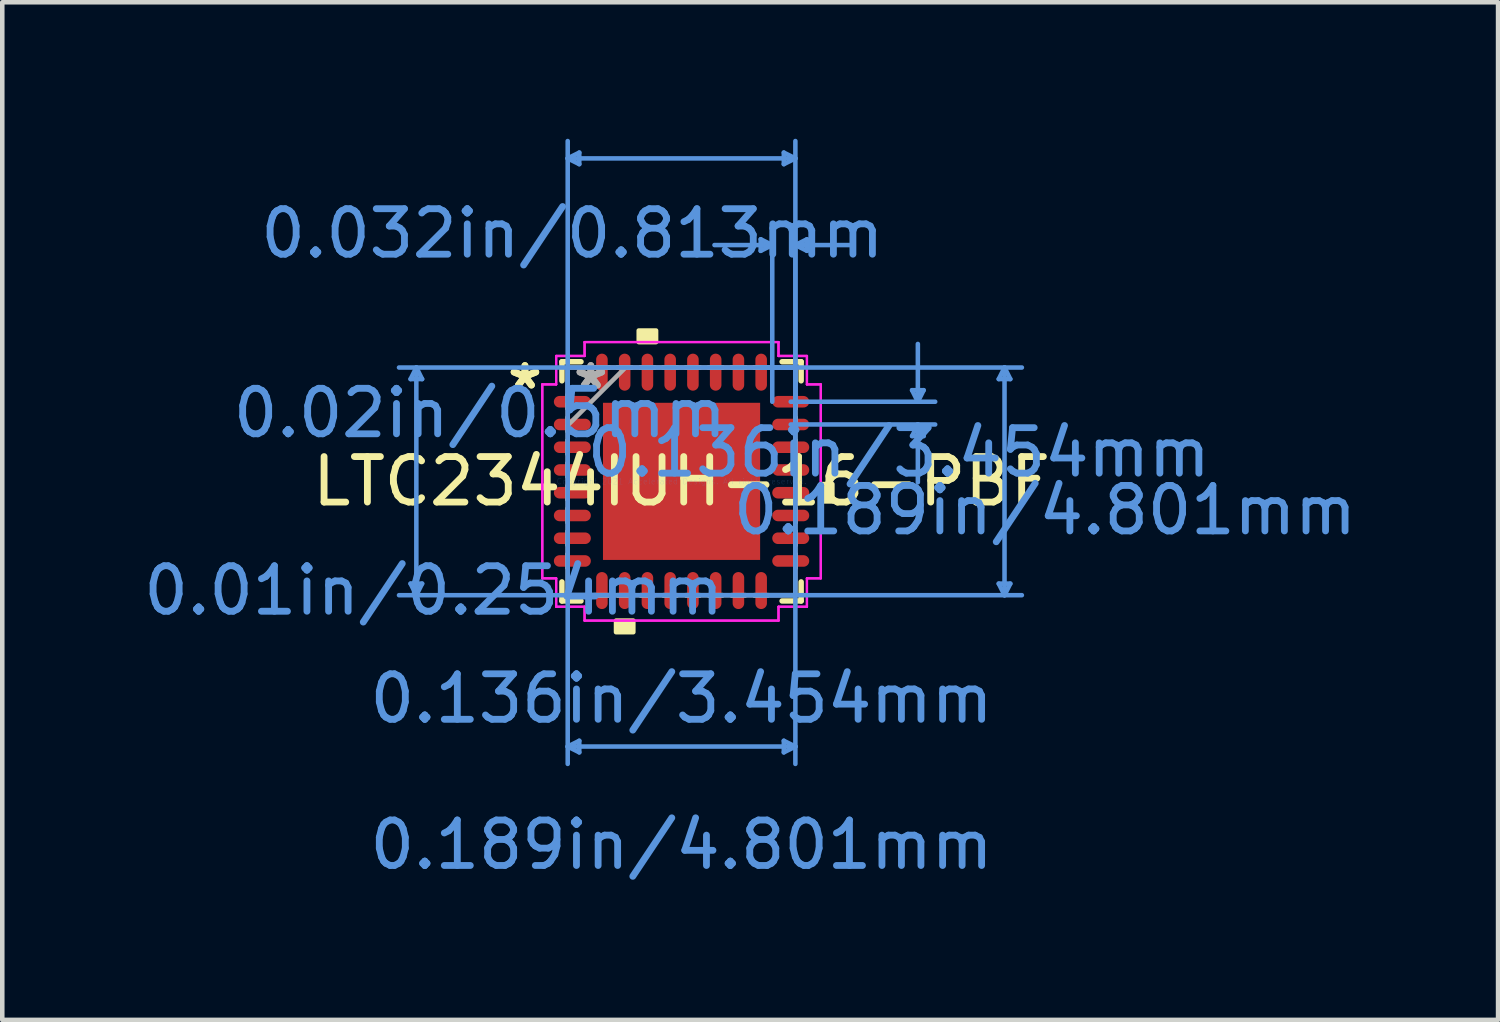
<source format=kicad_pcb>
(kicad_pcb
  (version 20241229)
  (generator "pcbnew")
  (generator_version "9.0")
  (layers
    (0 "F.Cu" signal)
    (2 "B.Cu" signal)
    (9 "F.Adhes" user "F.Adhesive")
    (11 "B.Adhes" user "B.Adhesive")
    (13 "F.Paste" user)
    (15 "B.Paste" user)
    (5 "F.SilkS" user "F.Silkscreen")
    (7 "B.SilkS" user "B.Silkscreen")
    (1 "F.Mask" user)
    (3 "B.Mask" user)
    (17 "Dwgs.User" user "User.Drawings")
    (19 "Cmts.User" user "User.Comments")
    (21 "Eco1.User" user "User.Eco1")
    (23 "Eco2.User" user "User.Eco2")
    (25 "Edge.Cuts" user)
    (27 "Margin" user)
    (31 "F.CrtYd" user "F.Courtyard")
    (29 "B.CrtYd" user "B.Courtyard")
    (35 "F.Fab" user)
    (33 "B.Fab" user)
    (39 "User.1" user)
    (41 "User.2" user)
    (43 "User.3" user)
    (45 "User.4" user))
  (footprint "LTC2344IUH-16-PBF"
    (layer "F.Cu")
    (at 11.93 7.53)
    (property "Reference" "LTC2344IUH-16-PBF" (at 0 0 0) (layer "F.SilkS") (effects (font (size 1 1) (thickness 0.15))))
    (attr through_hole)
    (fp_line (start -2.629 -2.629) (end -2.629 -2.21) (stroke (width 0.12) (type solid)) (layer "F.SilkS"))
    (fp_line (start -2.629 2.21) (end -2.629 2.629) (stroke (width 0.12) (type solid)) (layer "F.SilkS"))
    (fp_line (start -2.629 2.629) (end -2.21 2.629) (stroke (width 0.12) (type solid)) (layer "F.SilkS"))
    (fp_line (start -2.21 -2.629) (end -2.629 -2.629) (stroke (width 0.12) (type solid)) (layer "F.SilkS"))
    (fp_line (start 2.21 2.629) (end 2.629 2.629) (stroke (width 0.12) (type solid)) (layer "F.SilkS"))
    (fp_line (start 2.629 -2.629) (end 2.21 -2.629) (stroke (width 0.12) (type solid)) (layer "F.SilkS"))
    (fp_line (start 2.629 -2.21) (end 2.629 -2.629) (stroke (width 0.12) (type solid)) (layer "F.SilkS"))
    (fp_line (start 2.629 2.629) (end 2.629 2.21) (stroke (width 0.12) (type solid)) (layer "F.SilkS"))
    (fp_poly (pts (xy -1.44 3.061) (xy -1.44 3.315) (xy -1.06 3.315) (xy -1.06 3.061)) (stroke (width 0.1) (type solid)) (fill yes) (layer "F.SilkS"))
    (fp_poly (pts (xy -0.941 -3.061) (xy -0.941 -3.315) (xy -0.56 -3.315) (xy -0.56 -3.061)) (stroke (width 0.1) (type solid)) (fill yes) (layer "F.SilkS"))
    (fp_poly (pts (xy 3.315 0.059) (xy 3.315 0.441) (xy 3.061 0.441) (xy 3.061 0.059)) (stroke (width 0.1) (type solid)) (fill yes) (layer "F.SilkS"))
    (fp_poly (pts (xy -1.627 -1.627) (xy -1.627 -0.1) (xy -0.1 -0.1) (xy -0.1 -1.627)) (stroke (width 0.1) (type solid)) (fill yes) (layer "F.Paste"))
    (fp_poly (pts (xy -1.627 0.1) (xy -1.627 1.627) (xy -0.1 1.627) (xy -0.1 0.1)) (stroke (width 0.1) (type solid)) (fill yes) (layer "F.Paste"))
    (fp_poly (pts (xy 0.1 -1.627) (xy 0.1 -0.1) (xy 1.627 -0.1) (xy 1.627 -1.627)) (stroke (width 0.1) (type solid)) (fill yes) (layer "F.Paste"))
    (fp_poly (pts (xy 0.1 0.1) (xy 0.1 1.627) (xy 1.627 1.627) (xy 1.627 0.1)) (stroke (width 0.1) (type solid)) (fill yes) (layer "F.Paste"))
    (fp_line (start -5.956 -2.248) (end -5.702 -2.248) (stroke (width 0.1) (type solid)) (layer "Cmts.User"))
    (fp_line (start -5.956 2.248) (end -5.702 2.248) (stroke (width 0.1) (type solid)) (layer "Cmts.User"))
    (fp_line (start -5.829 -2.502) (end -5.956 -2.248) (stroke (width 0.1) (type solid)) (layer "Cmts.User"))
    (fp_line (start -5.829 -2.502) (end -5.829 2.502) (stroke (width 0.1) (type solid)) (layer "Cmts.User"))
    (fp_line (start -5.829 -2.502) (end -5.702 -2.248) (stroke (width 0.1) (type solid)) (layer "Cmts.User"))
    (fp_line (start -5.829 2.502) (end -5.956 2.248) (stroke (width 0.1) (type solid)) (layer "Cmts.User"))
    (fp_line (start -5.829 2.502) (end -5.702 2.248) (stroke (width 0.1) (type solid)) (layer "Cmts.User"))
    (fp_line (start -2.502 -7.099) (end -2.248 -7.226) (stroke (width 0.1) (type solid)) (layer "Cmts.User"))
    (fp_line (start -2.502 -7.099) (end -2.248 -6.972) (stroke (width 0.1) (type solid)) (layer "Cmts.User"))
    (fp_line (start -2.502 -7.099) (end 2.502 -7.099) (stroke (width 0.1) (type solid)) (layer "Cmts.User"))
    (fp_line (start -2.502 -2.502) (end -2.502 6.21) (stroke (width 0.1) (type solid)) (layer "Cmts.User"))
    (fp_line (start -2.502 -1.75) (end -2.502 -7.48) (stroke (width 0.1) (type solid)) (layer "Cmts.User"))
    (fp_line (start -2.502 5.829) (end -2.248 5.702) (stroke (width 0.1) (type solid)) (layer "Cmts.User"))
    (fp_line (start -2.502 5.829) (end -2.248 5.956) (stroke (width 0.1) (type solid)) (layer "Cmts.User"))
    (fp_line (start -2.502 5.829) (end 2.502 5.829) (stroke (width 0.1) (type solid)) (layer "Cmts.User"))
    (fp_line (start -2.248 -7.226) (end -2.248 -6.972) (stroke (width 0.1) (type solid)) (layer "Cmts.User"))
    (fp_line (start -2.248 5.702) (end -2.248 5.956) (stroke (width 0.1) (type solid)) (layer "Cmts.User"))
    (fp_line (start 1.74 -5.321) (end 1.74 -5.067) (stroke (width 0.1) (type solid)) (layer "Cmts.User"))
    (fp_line (start 1.75 -2.502) (end 7.48 -2.502) (stroke (width 0.1) (type solid)) (layer "Cmts.User"))
    (fp_line (start 1.75 2.502) (end 7.48 2.502) (stroke (width 0.1) (type solid)) (layer "Cmts.User"))
    (fp_line (start 1.994 -5.194) (end 0.724 -5.194) (stroke (width 0.1) (type solid)) (layer "Cmts.User"))
    (fp_line (start 1.994 -5.194) (end 1.74 -5.321) (stroke (width 0.1) (type solid)) (layer "Cmts.User"))
    (fp_line (start 1.994 -5.194) (end 1.74 -5.067) (stroke (width 0.1) (type solid)) (layer "Cmts.User"))
    (fp_line (start 1.994 -1.75) (end 1.994 -5.575) (stroke (width 0.1) (type solid)) (layer "Cmts.User"))
    (fp_line (start 2.248 -7.226) (end 2.248 -6.972) (stroke (width 0.1) (type solid)) (layer "Cmts.User"))
    (fp_line (start 2.248 5.702) (end 2.248 5.956) (stroke (width 0.1) (type solid)) (layer "Cmts.User"))
    (fp_line (start 2.4 -1.75) (end 5.575 -1.75) (stroke (width 0.1) (type solid)) (layer "Cmts.User"))
    (fp_line (start 2.4 -1.25) (end 5.575 -1.25) (stroke (width 0.1) (type solid)) (layer "Cmts.User"))
    (fp_line (start 2.502 -7.099) (end 2.248 -7.226) (stroke (width 0.1) (type solid)) (layer "Cmts.User"))
    (fp_line (start 2.502 -7.099) (end 2.248 -6.972) (stroke (width 0.1) (type solid)) (layer "Cmts.User"))
    (fp_line (start 2.502 -5.194) (end 2.756 -5.321) (stroke (width 0.1) (type solid)) (layer "Cmts.User"))
    (fp_line (start 2.502 -5.194) (end 2.756 -5.067) (stroke (width 0.1) (type solid)) (layer "Cmts.User"))
    (fp_line (start 2.502 -5.194) (end 3.772 -5.194) (stroke (width 0.1) (type solid)) (layer "Cmts.User"))
    (fp_line (start 2.502 -2.502) (end -6.21 -2.502) (stroke (width 0.1) (type solid)) (layer "Cmts.User"))
    (fp_line (start 2.502 -2.502) (end 2.502 6.21) (stroke (width 0.1) (type solid)) (layer "Cmts.User"))
    (fp_line (start 2.502 -1.75) (end 2.502 -7.48) (stroke (width 0.1) (type solid)) (layer "Cmts.User"))
    (fp_line (start 2.502 -1.75) (end 2.502 -5.575) (stroke (width 0.1) (type solid)) (layer "Cmts.User"))
    (fp_line (start 2.502 2.502) (end -6.21 2.502) (stroke (width 0.1) (type solid)) (layer "Cmts.User"))
    (fp_line (start 2.502 5.829) (end 2.248 5.702) (stroke (width 0.1) (type solid)) (layer "Cmts.User"))
    (fp_line (start 2.502 5.829) (end 2.248 5.956) (stroke (width 0.1) (type solid)) (layer "Cmts.User"))
    (fp_line (start 2.756 -5.321) (end 2.756 -5.067) (stroke (width 0.1) (type solid)) (layer "Cmts.User"))
    (fp_line (start 5.067 -2.004) (end 5.321 -2.004) (stroke (width 0.1) (type solid)) (layer "Cmts.User"))
    (fp_line (start 5.067 -0.996) (end 5.321 -0.996) (stroke (width 0.1) (type solid)) (layer "Cmts.User"))
    (fp_line (start 5.194 -1.75) (end 5.067 -2.004) (stroke (width 0.1) (type solid)) (layer "Cmts.User"))
    (fp_line (start 5.194 -1.75) (end 5.194 -3.02) (stroke (width 0.1) (type solid)) (layer "Cmts.User"))
    (fp_line (start 5.194 -1.75) (end 5.321 -2.004) (stroke (width 0.1) (type solid)) (layer "Cmts.User"))
    (fp_line (start 5.194 -1.25) (end 5.067 -0.996) (stroke (width 0.1) (type solid)) (layer "Cmts.User"))
    (fp_line (start 5.194 -1.25) (end 5.194 0.02) (stroke (width 0.1) (type solid)) (layer "Cmts.User"))
    (fp_line (start 5.194 -1.25) (end 5.321 -0.996) (stroke (width 0.1) (type solid)) (layer "Cmts.User"))
    (fp_line (start 6.972 -2.248) (end 7.226 -2.248) (stroke (width 0.1) (type solid)) (layer "Cmts.User"))
    (fp_line (start 6.972 2.248) (end 7.226 2.248) (stroke (width 0.1) (type solid)) (layer "Cmts.User"))
    (fp_line (start 7.099 -2.502) (end 6.972 -2.248) (stroke (width 0.1) (type solid)) (layer "Cmts.User"))
    (fp_line (start 7.099 -2.502) (end 7.099 2.502) (stroke (width 0.1) (type solid)) (layer "Cmts.User"))
    (fp_line (start 7.099 -2.502) (end 7.226 -2.248) (stroke (width 0.1) (type solid)) (layer "Cmts.User"))
    (fp_line (start 7.099 2.502) (end 6.972 2.248) (stroke (width 0.1) (type solid)) (layer "Cmts.User"))
    (fp_line (start 7.099 2.502) (end 7.226 2.248) (stroke (width 0.1) (type solid)) (layer "Cmts.User"))
    (fp_line (start -3.061 -2.131) (end -2.756 -2.131) (stroke (width 0.05) (type solid)) (layer "F.CrtYd"))
    (fp_line (start -3.061 -2.131) (end -2.756 -2.131) (stroke (width 0.05) (type solid)) (layer "F.CrtYd"))
    (fp_line (start -3.061 2.131) (end -3.061 -2.131) (stroke (width 0.05) (type solid)) (layer "F.CrtYd"))
    (fp_line (start -3.061 2.131) (end -3.061 -2.131) (stroke (width 0.05) (type solid)) (layer "F.CrtYd"))
    (fp_line (start -2.756 -2.756) (end -2.131 -2.756) (stroke (width 0.05) (type solid)) (layer "F.CrtYd"))
    (fp_line (start -2.756 -2.756) (end -2.131 -2.756) (stroke (width 0.05) (type solid)) (layer "F.CrtYd"))
    (fp_line (start -2.756 -2.131) (end -2.756 -2.756) (stroke (width 0.05) (type solid)) (layer "F.CrtYd"))
    (fp_line (start -2.756 -2.131) (end -2.756 -2.756) (stroke (width 0.05) (type solid)) (layer "F.CrtYd"))
    (fp_line (start -2.756 2.131) (end -3.061 2.131) (stroke (width 0.05) (type solid)) (layer "F.CrtYd"))
    (fp_line (start -2.756 2.131) (end -3.061 2.131) (stroke (width 0.05) (type solid)) (layer "F.CrtYd"))
    (fp_line (start -2.756 2.756) (end -2.756 2.131) (stroke (width 0.05) (type solid)) (layer "F.CrtYd"))
    (fp_line (start -2.756 2.756) (end -2.756 2.131) (stroke (width 0.05) (type solid)) (layer "F.CrtYd"))
    (fp_line (start -2.131 -3.061) (end 2.131 -3.061) (stroke (width 0.05) (type solid)) (layer "F.CrtYd"))
    (fp_line (start -2.131 -3.061) (end 2.131 -3.061) (stroke (width 0.05) (type solid)) (layer "F.CrtYd"))
    (fp_line (start -2.131 -2.756) (end -2.131 -3.061) (stroke (width 0.05) (type solid)) (layer "F.CrtYd"))
    (fp_line (start -2.131 -2.756) (end -2.131 -3.061) (stroke (width 0.05) (type solid)) (layer "F.CrtYd"))
    (fp_line (start -2.131 2.756) (end -2.756 2.756) (stroke (width 0.05) (type solid)) (layer "F.CrtYd"))
    (fp_line (start -2.131 2.756) (end -2.756 2.756) (stroke (width 0.05) (type solid)) (layer "F.CrtYd"))
    (fp_line (start -2.131 3.061) (end -2.131 2.756) (stroke (width 0.05) (type solid)) (layer "F.CrtYd"))
    (fp_line (start -2.131 3.061) (end -2.131 2.756) (stroke (width 0.05) (type solid)) (layer "F.CrtYd"))
    (fp_line (start 2.131 -3.061) (end 2.131 -2.756) (stroke (width 0.05) (type solid)) (layer "F.CrtYd"))
    (fp_line (start 2.131 -3.061) (end 2.131 -2.756) (stroke (width 0.05) (type solid)) (layer "F.CrtYd"))
    (fp_line (start 2.131 -2.756) (end 2.756 -2.756) (stroke (width 0.05) (type solid)) (layer "F.CrtYd"))
    (fp_line (start 2.131 -2.756) (end 2.756 -2.756) (stroke (width 0.05) (type solid)) (layer "F.CrtYd"))
    (fp_line (start 2.131 2.756) (end 2.131 3.061) (stroke (width 0.05) (type solid)) (layer "F.CrtYd"))
    (fp_line (start 2.131 2.756) (end 2.131 3.061) (stroke (width 0.05) (type solid)) (layer "F.CrtYd"))
    (fp_line (start 2.131 3.061) (end -2.131 3.061) (stroke (width 0.05) (type solid)) (layer "F.CrtYd"))
    (fp_line (start 2.131 3.061) (end -2.131 3.061) (stroke (width 0.05) (type solid)) (layer "F.CrtYd"))
    (fp_line (start 2.756 -2.756) (end 2.756 -2.131) (stroke (width 0.05) (type solid)) (layer "F.CrtYd"))
    (fp_line (start 2.756 -2.756) (end 2.756 -2.131) (stroke (width 0.05) (type solid)) (layer "F.CrtYd"))
    (fp_line (start 2.756 -2.131) (end 3.061 -2.131) (stroke (width 0.05) (type solid)) (layer "F.CrtYd"))
    (fp_line (start 2.756 -2.131) (end 3.061 -2.131) (stroke (width 0.05) (type solid)) (layer "F.CrtYd"))
    (fp_line (start 2.756 2.131) (end 2.756 2.756) (stroke (width 0.05) (type solid)) (layer "F.CrtYd"))
    (fp_line (start 2.756 2.131) (end 2.756 2.756) (stroke (width 0.05) (type solid)) (layer "F.CrtYd"))
    (fp_line (start 2.756 2.756) (end 2.131 2.756) (stroke (width 0.05) (type solid)) (layer "F.CrtYd"))
    (fp_line (start 2.756 2.756) (end 2.131 2.756) (stroke (width 0.05) (type solid)) (layer "F.CrtYd"))
    (fp_line (start 3.061 -2.131) (end 3.061 2.131) (stroke (width 0.05) (type solid)) (layer "F.CrtYd"))
    (fp_line (start 3.061 -2.131) (end 3.061 2.131) (stroke (width 0.05) (type solid)) (layer "F.CrtYd"))
    (fp_line (start 3.061 2.131) (end 2.756 2.131) (stroke (width 0.05) (type solid)) (layer "F.CrtYd"))
    (fp_line (start 3.061 2.131) (end 2.756 2.131) (stroke (width 0.05) (type solid)) (layer "F.CrtYd"))
    (fp_line (start -2.502 -2.502) (end -2.502 -2.502) (stroke (width 0.1) (type solid)) (layer "F.Fab"))
    (fp_line (start -2.502 -2.502) (end -2.502 2.502) (stroke (width 0.1) (type solid)) (layer "F.Fab"))
    (fp_line (start -2.502 -1.902) (end -2.502 -1.902) (stroke (width 0.1) (type solid)) (layer "F.Fab"))
    (fp_line (start -2.502 -1.902) (end -2.502 -1.598) (stroke (width 0.1) (type solid)) (layer "F.Fab"))
    (fp_line (start -2.502 -1.598) (end -2.502 -1.902) (stroke (width 0.1) (type solid)) (layer "F.Fab"))
    (fp_line (start -2.502 -1.598) (end -2.502 -1.598) (stroke (width 0.1) (type solid)) (layer "F.Fab"))
    (fp_line (start -2.502 -1.402) (end -2.502 -1.402) (stroke (width 0.1) (type solid)) (layer "F.Fab"))
    (fp_line (start -2.502 -1.402) (end -2.502 -1.098) (stroke (width 0.1) (type solid)) (layer "F.Fab"))
    (fp_line (start -2.502 -1.232) (end -1.232 -2.502) (stroke (width 0.1) (type solid)) (layer "F.Fab"))
    (fp_line (start -2.502 -1.098) (end -2.502 -1.402) (stroke (width 0.1) (type solid)) (layer "F.Fab"))
    (fp_line (start -2.502 -1.098) (end -2.502 -1.098) (stroke (width 0.1) (type solid)) (layer "F.Fab"))
    (fp_line (start -2.502 -0.902) (end -2.502 -0.902) (stroke (width 0.1) (type solid)) (layer "F.Fab"))
    (fp_line (start -2.502 -0.902) (end -2.502 -0.598) (stroke (width 0.1) (type solid)) (layer "F.Fab"))
    (fp_line (start -2.502 -0.598) (end -2.502 -0.902) (stroke (width 0.1) (type solid)) (layer "F.Fab"))
    (fp_line (start -2.502 -0.598) (end -2.502 -0.598) (stroke (width 0.1) (type solid)) (layer "F.Fab"))
    (fp_line (start -2.502 -0.402) (end -2.502 -0.402) (stroke (width 0.1) (type solid)) (layer "F.Fab"))
    (fp_line (start -2.502 -0.402) (end -2.502 -0.098) (stroke (width 0.1) (type solid)) (layer "F.Fab"))
    (fp_line (start -2.502 -0.098) (end -2.502 -0.402) (stroke (width 0.1) (type solid)) (layer "F.Fab"))
    (fp_line (start -2.502 -0.098) (end -2.502 -0.098) (stroke (width 0.1) (type solid)) (layer "F.Fab"))
    (fp_line (start -2.502 0.098) (end -2.502 0.098) (stroke (width 0.1) (type solid)) (layer "F.Fab"))
    (fp_line (start -2.502 0.098) (end -2.502 0.402) (stroke (width 0.1) (type solid)) (layer "F.Fab"))
    (fp_line (start -2.502 0.402) (end -2.502 0.098) (stroke (width 0.1) (type solid)) (layer "F.Fab"))
    (fp_line (start -2.502 0.402) (end -2.502 0.402) (stroke (width 0.1) (type solid)) (layer "F.Fab"))
    (fp_line (start -2.502 0.598) (end -2.502 0.598) (stroke (width 0.1) (type solid)) (layer "F.Fab"))
    (fp_line (start -2.502 0.598) (end -2.502 0.902) (stroke (width 0.1) (type solid)) (layer "F.Fab"))
    (fp_line (start -2.502 0.902) (end -2.502 0.598) (stroke (width 0.1) (type solid)) (layer "F.Fab"))
    (fp_line (start -2.502 0.902) (end -2.502 0.902) (stroke (width 0.1) (type solid)) (layer "F.Fab"))
    (fp_line (start -2.502 1.098) (end -2.502 1.098) (stroke (width 0.1) (type solid)) (layer "F.Fab"))
    (fp_line (start -2.502 1.098) (end -2.502 1.402) (stroke (width 0.1) (type solid)) (layer "F.Fab"))
    (fp_line (start -2.502 1.402) (end -2.502 1.098) (stroke (width 0.1) (type solid)) (layer "F.Fab"))
    (fp_line (start -2.502 1.402) (end -2.502 1.402) (stroke (width 0.1) (type solid)) (layer "F.Fab"))
    (fp_line (start -2.502 1.598) (end -2.502 1.598) (stroke (width 0.1) (type solid)) (layer "F.Fab"))
    (fp_line (start -2.502 1.598) (end -2.502 1.902) (stroke (width 0.1) (type solid)) (layer "F.Fab"))
    (fp_line (start -2.502 1.902) (end -2.502 1.598) (stroke (width 0.1) (type solid)) (layer "F.Fab"))
    (fp_line (start -2.502 1.902) (end -2.502 1.902) (stroke (width 0.1) (type solid)) (layer "F.Fab"))
    (fp_line (start -2.502 2.502) (end -2.502 2.502) (stroke (width 0.1) (type solid)) (layer "F.Fab"))
    (fp_line (start -2.502 2.502) (end 2.502 2.502) (stroke (width 0.1) (type solid)) (layer "F.Fab"))
    (fp_line (start -1.902 -2.502) (end -1.902 -2.502) (stroke (width 0.1) (type solid)) (layer "F.Fab"))
    (fp_line (start -1.902 -2.502) (end -1.598 -2.502) (stroke (width 0.1) (type solid)) (layer "F.Fab"))
    (fp_line (start -1.902 2.502) (end -1.902 2.502) (stroke (width 0.1) (type solid)) (layer "F.Fab"))
    (fp_line (start -1.902 2.502) (end -1.598 2.502) (stroke (width 0.1) (type solid)) (layer "F.Fab"))
    (fp_line (start -1.598 -2.502) (end -1.902 -2.502) (stroke (width 0.1) (type solid)) (layer "F.Fab"))
    (fp_line (start -1.598 -2.502) (end -1.598 -2.502) (stroke (width 0.1) (type solid)) (layer "F.Fab"))
    (fp_line (start -1.598 2.502) (end -1.902 2.502) (stroke (width 0.1) (type solid)) (layer "F.Fab"))
    (fp_line (start -1.598 2.502) (end -1.598 2.502) (stroke (width 0.1) (type solid)) (layer "F.Fab"))
    (fp_line (start -1.402 -2.502) (end -1.402 -2.502) (stroke (width 0.1) (type solid)) (layer "F.Fab"))
    (fp_line (start -1.402 -2.502) (end -1.098 -2.502) (stroke (width 0.1) (type solid)) (layer "F.Fab"))
    (fp_line (start -1.402 2.502) (end -1.402 2.502) (stroke (width 0.1) (type solid)) (layer "F.Fab"))
    (fp_line (start -1.402 2.502) (end -1.098 2.502) (stroke (width 0.1) (type solid)) (layer "F.Fab"))
    (fp_line (start -1.098 -2.502) (end -1.402 -2.502) (stroke (width 0.1) (type solid)) (layer "F.Fab"))
    (fp_line (start -1.098 -2.502) (end -1.098 -2.502) (stroke (width 0.1) (type solid)) (layer "F.Fab"))
    (fp_line (start -1.098 2.502) (end -1.402 2.502) (stroke (width 0.1) (type solid)) (layer "F.Fab"))
    (fp_line (start -1.098 2.502) (end -1.098 2.502) (stroke (width 0.1) (type solid)) (layer "F.Fab"))
    (fp_line (start -0.902 -2.502) (end -0.902 -2.502) (stroke (width 0.1) (type solid)) (layer "F.Fab"))
    (fp_line (start -0.902 -2.502) (end -0.598 -2.502) (stroke (width 0.1) (type solid)) (layer "F.Fab"))
    (fp_line (start -0.902 2.502) (end -0.902 2.502) (stroke (width 0.1) (type solid)) (layer "F.Fab"))
    (fp_line (start -0.902 2.502) (end -0.598 2.502) (stroke (width 0.1) (type solid)) (layer "F.Fab"))
    (fp_line (start -0.598 -2.502) (end -0.902 -2.502) (stroke (width 0.1) (type solid)) (layer "F.Fab"))
    (fp_line (start -0.598 -2.502) (end -0.598 -2.502) (stroke (width 0.1) (type solid)) (layer "F.Fab"))
    (fp_line (start -0.598 2.502) (end -0.902 2.502) (stroke (width 0.1) (type solid)) (layer "F.Fab"))
    (fp_line (start -0.598 2.502) (end -0.598 2.502) (stroke (width 0.1) (type solid)) (layer "F.Fab"))
    (fp_line (start -0.402 -2.502) (end -0.402 -2.502) (stroke (width 0.1) (type solid)) (layer "F.Fab"))
    (fp_line (start -0.402 -2.502) (end -0.098 -2.502) (stroke (width 0.1) (type solid)) (layer "F.Fab"))
    (fp_line (start -0.402 2.502) (end -0.402 2.502) (stroke (width 0.1) (type solid)) (layer "F.Fab"))
    (fp_line (start -0.402 2.502) (end -0.098 2.502) (stroke (width 0.1) (type solid)) (layer "F.Fab"))
    (fp_line (start -0.098 -2.502) (end -0.402 -2.502) (stroke (width 0.1) (type solid)) (layer "F.Fab"))
    (fp_line (start -0.098 -2.502) (end -0.098 -2.502) (stroke (width 0.1) (type solid)) (layer "F.Fab"))
    (fp_line (start -0.098 2.502) (end -0.402 2.502) (stroke (width 0.1) (type solid)) (layer "F.Fab"))
    (fp_line (start -0.098 2.502) (end -0.098 2.502) (stroke (width 0.1) (type solid)) (layer "F.Fab"))
    (fp_line (start 0.098 -2.502) (end 0.098 -2.502) (stroke (width 0.1) (type solid)) (layer "F.Fab"))
    (fp_line (start 0.098 -2.502) (end 0.402 -2.502) (stroke (width 0.1) (type solid)) (layer "F.Fab"))
    (fp_line (start 0.098 2.502) (end 0.098 2.502) (stroke (width 0.1) (type solid)) (layer "F.Fab"))
    (fp_line (start 0.098 2.502) (end 0.402 2.502) (stroke (width 0.1) (type solid)) (layer "F.Fab"))
    (fp_line (start 0.402 -2.502) (end 0.098 -2.502) (stroke (width 0.1) (type solid)) (layer "F.Fab"))
    (fp_line (start 0.402 -2.502) (end 0.402 -2.502) (stroke (width 0.1) (type solid)) (layer "F.Fab"))
    (fp_line (start 0.402 2.502) (end 0.098 2.502) (stroke (width 0.1) (type solid)) (layer "F.Fab"))
    (fp_line (start 0.402 2.502) (end 0.402 2.502) (stroke (width 0.1) (type solid)) (layer "F.Fab"))
    (fp_line (start 0.598 -2.502) (end 0.598 -2.502) (stroke (width 0.1) (type solid)) (layer "F.Fab"))
    (fp_line (start 0.598 -2.502) (end 0.902 -2.502) (stroke (width 0.1) (type solid)) (layer "F.Fab"))
    (fp_line (start 0.598 2.502) (end 0.598 2.502) (stroke (width 0.1) (type solid)) (layer "F.Fab"))
    (fp_line (start 0.598 2.502) (end 0.902 2.502) (stroke (width 0.1) (type solid)) (layer "F.Fab"))
    (fp_line (start 0.902 -2.502) (end 0.598 -2.502) (stroke (width 0.1) (type solid)) (layer "F.Fab"))
    (fp_line (start 0.902 -2.502) (end 0.902 -2.502) (stroke (width 0.1) (type solid)) (layer "F.Fab"))
    (fp_line (start 0.902 2.502) (end 0.598 2.502) (stroke (width 0.1) (type solid)) (layer "F.Fab"))
    (fp_line (start 0.902 2.502) (end 0.902 2.502) (stroke (width 0.1) (type solid)) (layer "F.Fab"))
    (fp_line (start 1.098 -2.502) (end 1.098 -2.502) (stroke (width 0.1) (type solid)) (layer "F.Fab"))
    (fp_line (start 1.098 -2.502) (end 1.402 -2.502) (stroke (width 0.1) (type solid)) (layer "F.Fab"))
    (fp_line (start 1.098 2.502) (end 1.098 2.502) (stroke (width 0.1) (type solid)) (layer "F.Fab"))
    (fp_line (start 1.098 2.502) (end 1.402 2.502) (stroke (width 0.1) (type solid)) (layer "F.Fab"))
    (fp_line (start 1.402 -2.502) (end 1.098 -2.502) (stroke (width 0.1) (type solid)) (layer "F.Fab"))
    (fp_line (start 1.402 -2.502) (end 1.402 -2.502) (stroke (width 0.1) (type solid)) (layer "F.Fab"))
    (fp_line (start 1.402 2.502) (end 1.098 2.502) (stroke (width 0.1) (type solid)) (layer "F.Fab"))
    (fp_line (start 1.402 2.502) (end 1.402 2.502) (stroke (width 0.1) (type solid)) (layer "F.Fab"))
    (fp_line (start 1.598 -2.502) (end 1.598 -2.502) (stroke (width 0.1) (type solid)) (layer "F.Fab"))
    (fp_line (start 1.598 -2.502) (end 1.902 -2.502) (stroke (width 0.1) (type solid)) (layer "F.Fab"))
    (fp_line (start 1.598 2.502) (end 1.598 2.502) (stroke (width 0.1) (type solid)) (layer "F.Fab"))
    (fp_line (start 1.598 2.502) (end 1.902 2.502) (stroke (width 0.1) (type solid)) (layer "F.Fab"))
    (fp_line (start 1.902 -2.502) (end 1.598 -2.502) (stroke (width 0.1) (type solid)) (layer "F.Fab"))
    (fp_line (start 1.902 -2.502) (end 1.902 -2.502) (stroke (width 0.1) (type solid)) (layer "F.Fab"))
    (fp_line (start 1.902 2.502) (end 1.598 2.502) (stroke (width 0.1) (type solid)) (layer "F.Fab"))
    (fp_line (start 1.902 2.502) (end 1.902 2.502) (stroke (width 0.1) (type solid)) (layer "F.Fab"))
    (fp_line (start 2.502 -2.502) (end -2.502 -2.502) (stroke (width 0.1) (type solid)) (layer "F.Fab"))
    (fp_line (start 2.502 -2.502) (end 2.502 -2.502) (stroke (width 0.1) (type solid)) (layer "F.Fab"))
    (fp_line (start 2.502 -1.902) (end 2.502 -1.902) (stroke (width 0.1) (type solid)) (layer "F.Fab"))
    (fp_line (start 2.502 -1.902) (end 2.502 -1.598) (stroke (width 0.1) (type solid)) (layer "F.Fab"))
    (fp_line (start 2.502 -1.598) (end 2.502 -1.902) (stroke (width 0.1) (type solid)) (layer "F.Fab"))
    (fp_line (start 2.502 -1.598) (end 2.502 -1.598) (stroke (width 0.1) (type solid)) (layer "F.Fab"))
    (fp_line (start 2.502 -1.402) (end 2.502 -1.402) (stroke (width 0.1) (type solid)) (layer "F.Fab"))
    (fp_line (start 2.502 -1.402) (end 2.502 -1.098) (stroke (width 0.1) (type solid)) (layer "F.Fab"))
    (fp_line (start 2.502 -1.098) (end 2.502 -1.402) (stroke (width 0.1) (type solid)) (layer "F.Fab"))
    (fp_line (start 2.502 -1.098) (end 2.502 -1.098) (stroke (width 0.1) (type solid)) (layer "F.Fab"))
    (fp_line (start 2.502 -0.902) (end 2.502 -0.902) (stroke (width 0.1) (type solid)) (layer "F.Fab"))
    (fp_line (start 2.502 -0.902) (end 2.502 -0.598) (stroke (width 0.1) (type solid)) (layer "F.Fab"))
    (fp_line (start 2.502 -0.598) (end 2.502 -0.902) (stroke (width 0.1) (type solid)) (layer "F.Fab"))
    (fp_line (start 2.502 -0.598) (end 2.502 -0.598) (stroke (width 0.1) (type solid)) (layer "F.Fab"))
    (fp_line (start 2.502 -0.402) (end 2.502 -0.402) (stroke (width 0.1) (type solid)) (layer "F.Fab"))
    (fp_line (start 2.502 -0.402) (end 2.502 -0.098) (stroke (width 0.1) (type solid)) (layer "F.Fab"))
    (fp_line (start 2.502 -0.098) (end 2.502 -0.402) (stroke (width 0.1) (type solid)) (layer "F.Fab"))
    (fp_line (start 2.502 -0.098) (end 2.502 -0.098) (stroke (width 0.1) (type solid)) (layer "F.Fab"))
    (fp_line (start 2.502 0.098) (end 2.502 0.098) (stroke (width 0.1) (type solid)) (layer "F.Fab"))
    (fp_line (start 2.502 0.098) (end 2.502 0.402) (stroke (width 0.1) (type solid)) (layer "F.Fab"))
    (fp_line (start 2.502 0.402) (end 2.502 0.098) (stroke (width 0.1) (type solid)) (layer "F.Fab"))
    (fp_line (start 2.502 0.402) (end 2.502 0.402) (stroke (width 0.1) (type solid)) (layer "F.Fab"))
    (fp_line (start 2.502 0.598) (end 2.502 0.598) (stroke (width 0.1) (type solid)) (layer "F.Fab"))
    (fp_line (start 2.502 0.598) (end 2.502 0.902) (stroke (width 0.1) (type solid)) (layer "F.Fab"))
    (fp_line (start 2.502 0.902) (end 2.502 0.598) (stroke (width 0.1) (type solid)) (layer "F.Fab"))
    (fp_line (start 2.502 0.902) (end 2.502 0.902) (stroke (width 0.1) (type solid)) (layer "F.Fab"))
    (fp_line (start 2.502 1.098) (end 2.502 1.098) (stroke (width 0.1) (type solid)) (layer "F.Fab"))
    (fp_line (start 2.502 1.098) (end 2.502 1.402) (stroke (width 0.1) (type solid)) (layer "F.Fab"))
    (fp_line (start 2.502 1.402) (end 2.502 1.098) (stroke (width 0.1) (type solid)) (layer "F.Fab"))
    (fp_line (start 2.502 1.402) (end 2.502 1.402) (stroke (width 0.1) (type solid)) (layer "F.Fab"))
    (fp_line (start 2.502 1.598) (end 2.502 1.598) (stroke (width 0.1) (type solid)) (layer "F.Fab"))
    (fp_line (start 2.502 1.598) (end 2.502 1.902) (stroke (width 0.1) (type solid)) (layer "F.Fab"))
    (fp_line (start 2.502 1.902) (end 2.502 1.598) (stroke (width 0.1) (type solid)) (layer "F.Fab"))
    (fp_line (start 2.502 1.902) (end 2.502 1.902) (stroke (width 0.1) (type solid)) (layer "F.Fab"))
    (fp_line (start 2.502 2.502) (end 2.502 -2.502) (stroke (width 0.1) (type solid)) (layer "F.Fab"))
    (fp_line (start 2.502 2.502) (end 2.502 2.502) (stroke (width 0.1) (type solid)) (layer "F.Fab"))
    (fp_text user "*" (at -3.442 -2 0) (layer "F.SilkS") (effects (font (size 1 1) (thickness 0.15))))
    (fp_text user "*" (at -3.442 -2 0) (layer "F.SilkS") (effects (font (size 1 1) (thickness 0.15))))
    (fp_text user "Copyright 2021 Accelerated Designs. All rights reserved." (at 0 0 0) (layer "Cmts.User") (effects (font (size 0.127 0.127) (thickness 0.002))))
    (fp_text user "0.189in/4.801mm" (at 7.988 0.635 0) (layer "Cmts.User") (effects (font (size 1 1) (thickness 0.15))))
    (fp_text user "0.02in/0.5mm" (at -4.432 -1.5 0) (layer "Cmts.User") (effects (font (size 1 1) (thickness 0.15))))
    (fp_text user "0.189in/4.801mm" (at 0 7.988 0) (layer "Cmts.User") (effects (font (size 1 1) (thickness 0.15))))
    (fp_text user "0.136in/3.454mm" (at 0 4.775 0) (layer "Cmts.User") (effects (font (size 1 1) (thickness 0.15))))
    (fp_text user "0.01in/0.254mm" (at -5.448 2.4 0) (layer "Cmts.User") (effects (font (size 1 1) (thickness 0.15))))
    (fp_text user "0.032in/0.813mm" (at -2.4 -5.448 0) (layer "Cmts.User") (effects (font (size 1 1) (thickness 0.15))))
    (fp_text user "0.136in/3.454mm" (at 4.775 -0.635 0) (layer "Cmts.User") (effects (font (size 1 1) (thickness 0.15))))
    (fp_text user "*" (at -1.994 -2 0) (layer "F.Fab") (effects (font (size 1 1) (thickness 0.15))))
    (fp_text user "*" (at -1.994 -2 0) (layer "F.Fab") (effects (font (size 1 1) (thickness 0.15))))
    (pad "1" smd oval (at -2.4 -1.75 90) (size 0.254 0.813) (layers "F.Cu" "F.Mask" "F.Paste"))
    (pad "2" smd oval (at -2.4 -1.25 90) (size 0.254 0.813) (layers "F.Cu" "F.Mask" "F.Paste"))
    (pad "3" smd oval (at -2.4 -0.75 90) (size 0.254 0.813) (layers "F.Cu" "F.Mask" "F.Paste"))
    (pad "4" smd oval (at -2.4 -0.25 90) (size 0.254 0.813) (layers "F.Cu" "F.Mask" "F.Paste"))
    (pad "5" smd oval (at -2.4 0.25 90) (size 0.254 0.813) (layers "F.Cu" "F.Mask" "F.Paste"))
    (pad "6" smd oval (at -2.4 0.75 90) (size 0.254 0.813) (layers "F.Cu" "F.Mask" "F.Paste"))
    (pad "7" smd oval (at -2.4 1.25 90) (size 0.254 0.813) (layers "F.Cu" "F.Mask" "F.Paste"))
    (pad "8" smd oval (at -2.4 1.75 90) (size 0.254 0.813) (layers "F.Cu" "F.Mask" "F.Paste"))
    (pad "9" smd oval (at -1.75 2.4) (size 0.254 0.813) (layers "F.Cu" "F.Mask" "F.Paste"))
    (pad "10" smd oval (at -1.25 2.4) (size 0.254 0.813) (layers "F.Cu" "F.Mask" "F.Paste"))
    (pad "11" smd oval (at -0.75 2.4) (size 0.254 0.813) (layers "F.Cu" "F.Mask" "F.Paste"))
    (pad "12" smd oval (at -0.25 2.4) (size 0.254 0.813) (layers "F.Cu" "F.Mask" "F.Paste"))
    (pad "13" smd oval (at 0.25 2.4) (size 0.254 0.813) (layers "F.Cu" "F.Mask" "F.Paste"))
    (pad "14" smd oval (at 0.75 2.4) (size 0.254 0.813) (layers "F.Cu" "F.Mask" "F.Paste"))
    (pad "15" smd oval (at 1.25 2.4) (size 0.254 0.813) (layers "F.Cu" "F.Mask" "F.Paste"))
    (pad "16" smd oval (at 1.75 2.4) (size 0.254 0.813) (layers "F.Cu" "F.Mask" "F.Paste"))
    (pad "17" smd oval (at 2.4 1.75 90) (size 0.254 0.813) (layers "F.Cu" "F.Mask" "F.Paste"))
    (pad "18" smd oval (at 2.4 1.25 90) (size 0.254 0.813) (layers "F.Cu" "F.Mask" "F.Paste"))
    (pad "19" smd oval (at 2.4 0.75 90) (size 0.254 0.813) (layers "F.Cu" "F.Mask" "F.Paste"))
    (pad "20" smd oval (at 2.4 0.25 90) (size 0.254 0.813) (layers "F.Cu" "F.Mask" "F.Paste"))
    (pad "21" smd oval (at 2.4 -0.25 90) (size 0.254 0.813) (layers "F.Cu" "F.Mask" "F.Paste"))
    (pad "22" smd oval (at 2.4 -0.75 90) (size 0.254 0.813) (layers "F.Cu" "F.Mask" "F.Paste"))
    (pad "23" smd oval (at 2.4 -1.25 90) (size 0.254 0.813) (layers "F.Cu" "F.Mask" "F.Paste"))
    (pad "24" smd oval (at 2.4 -1.75 90) (size 0.254 0.813) (layers "F.Cu" "F.Mask" "F.Paste"))
    (pad "25" smd oval (at 1.75 -2.4) (size 0.254 0.813) (layers "F.Cu" "F.Mask" "F.Paste"))
    (pad "26" smd oval (at 1.25 -2.4) (size 0.254 0.813) (layers "F.Cu" "F.Mask" "F.Paste"))
    (pad "27" smd oval (at 0.75 -2.4) (size 0.254 0.813) (layers "F.Cu" "F.Mask" "F.Paste"))
    (pad "28" smd oval (at 0.25 -2.4) (size 0.254 0.813) (layers "F.Cu" "F.Mask" "F.Paste"))
    (pad "29" smd oval (at -0.25 -2.4) (size 0.254 0.813) (layers "F.Cu" "F.Mask" "F.Paste"))
    (pad "30" smd oval (at -0.75 -2.4) (size 0.254 0.813) (layers "F.Cu" "F.Mask" "F.Paste"))
    (pad "31" smd oval (at -1.25 -2.4) (size 0.254 0.813) (layers "F.Cu" "F.Mask" "F.Paste"))
    (pad "32" smd oval (at -1.75 -2.4) (size 0.254 0.813) (layers "F.Cu" "F.Mask" "F.Paste"))
    (pad "33" smd rect (at 0 0) (size 3.454 3.454) (layers "F.Cu" "F.Mask")))
  (gr_rect
    (start -3 -3)
    (end 29.877 19.367)
    (stroke (width 0.1) (type default))
    (fill no)
    (layer "Edge.Cuts")))
</source>
